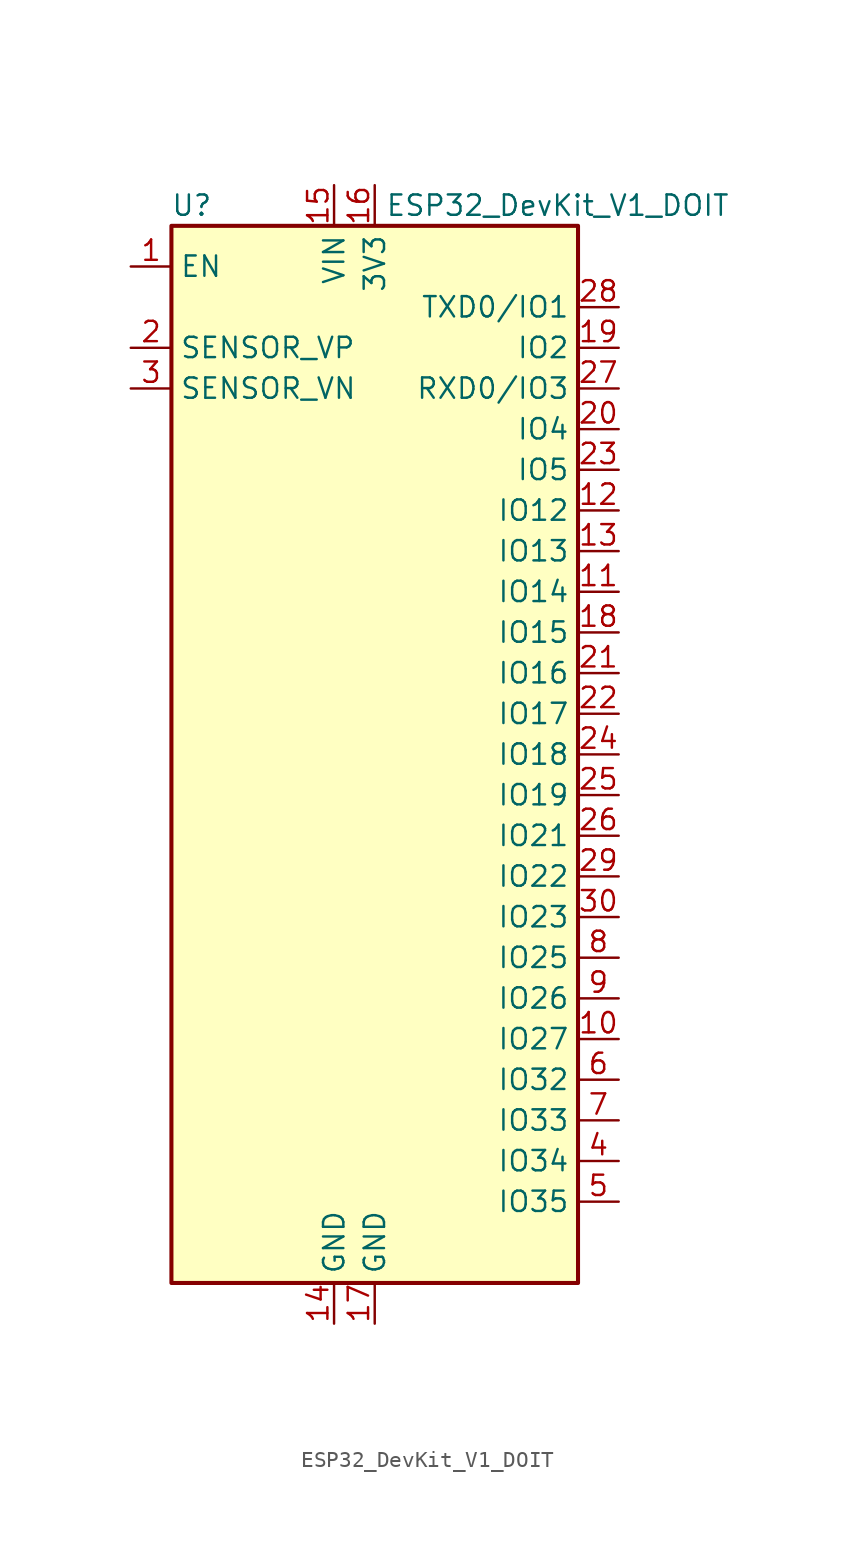
<source format=kicad_sym>
(kicad_symbol_lib
  (version 20211014)
  (generator kicad_symbol_editor)
  (symbol "ESP32_DevKit_V1_DOIT"
    (property "Reference" "U"
      (at -11.43 34.29 0)
      (effects (font (size 1.27 1.27))))
    (property "Value" "ESP32_DevKit_V1_DOIT"
      (at 11.43 34.29 0)
      (effects (font (size 1.27 1.27))))
    (symbol "ESP32_DevKit_V1_DOIT_1_1"
      (rectangle (start -12.7 33.02) (end 12.7 -33.02) (stroke (width 0.254) (type default) (color 0 0 0 0)) (fill (type background)))
      (pin input line (at -15.24 30.48 0) (length 2.54) (name "EN" (effects (font (size 1.27 1.27)))) (number "1" (effects (font (size 1.27 1.27)))))
      (pin bidirectional line (at 15.24 -17.78 180) (length 2.54) (name "IO27" (effects (font (size 1.27 1.27)))) (number "10" (effects (font (size 1.27 1.27)))))
      (pin bidirectional line (at 15.24 10.16 180) (length 2.54) (name "IO14" (effects (font (size 1.27 1.27)))) (number "11" (effects (font (size 1.27 1.27)))))
      (pin bidirectional line (at 15.24 15.24 180) (length 2.54) (name "IO12" (effects (font (size 1.27 1.27)))) (number "12" (effects (font (size 1.27 1.27)))))
      (pin bidirectional line (at 15.24 12.7 180) (length 2.54) (name "IO13" (effects (font (size 1.27 1.27)))) (number "13" (effects (font (size 1.27 1.27)))))
      (pin power_in line (at -2.54 -35.56 90) (length 2.54) (name "GND" (effects (font (size 1.27 1.27)))) (number "14" (effects (font (size 1.27 1.27)))))
      (pin power_in line (at -2.54 35.56 270) (length 2.54) (name "VIN" (effects (font (size 1.27 1.27)))) (number "15" (effects (font (size 1.27 1.27)))))
      (pin power_in line (at 0 35.56 270) (length 2.54) (name "3V3" (effects (font (size 1.27 1.27)))) (number "16" (effects (font (size 1.27 1.27)))))
      (pin power_in line (at 0 -35.56 90) (length 2.54) (name "GND" (effects (font (size 1.27 1.27)))) (number "17" (effects (font (size 1.27 1.27)))))
      (pin bidirectional line (at 15.24 7.62 180) (length 2.54) (name "IO15" (effects (font (size 1.27 1.27)))) (number "18" (effects (font (size 1.27 1.27)))))
      (pin bidirectional line (at 15.24 25.4 180) (length 2.54) (name "IO2" (effects (font (size 1.27 1.27)))) (number "19" (effects (font (size 1.27 1.27)))))
      (pin input line (at -15.24 25.4 0) (length 2.54) (name "SENSOR_VP" (effects (font (size 1.27 1.27)))) (number "2" (effects (font (size 1.27 1.27)))))
      (pin bidirectional line (at 15.24 20.32 180) (length 2.54) (name "IO4" (effects (font (size 1.27 1.27)))) (number "20" (effects (font (size 1.27 1.27)))))
      (pin bidirectional line (at 15.24 5.08 180) (length 2.54) (name "IO16" (effects (font (size 1.27 1.27)))) (number "21" (effects (font (size 1.27 1.27)))))
      (pin bidirectional line (at 15.24 2.54 180) (length 2.54) (name "IO17" (effects (font (size 1.27 1.27)))) (number "22" (effects (font (size 1.27 1.27)))))
      (pin bidirectional line (at 15.24 17.78 180) (length 2.54) (name "IO5" (effects (font (size 1.27 1.27)))) (number "23" (effects (font (size 1.27 1.27)))))
      (pin bidirectional line (at 15.24 0 180) (length 2.54) (name "IO18" (effects (font (size 1.27 1.27)))) (number "24" (effects (font (size 1.27 1.27)))))
      (pin bidirectional line (at 15.24 -2.54 180) (length 2.54) (name "IO19" (effects (font (size 1.27 1.27)))) (number "25" (effects (font (size 1.27 1.27)))))
      (pin bidirectional line (at 15.24 -5.08 180) (length 2.54) (name "IO21" (effects (font (size 1.27 1.27)))) (number "26" (effects (font (size 1.27 1.27)))))
      (pin bidirectional line (at 15.24 22.86 180) (length 2.54) (name "RXD0/IO3" (effects (font (size 1.27 1.27)))) (number "27" (effects (font (size 1.27 1.27)))))
      (pin bidirectional line (at 15.24 27.94 180) (length 2.54) (name "TXD0/IO1" (effects (font (size 1.27 1.27)))) (number "28" (effects (font (size 1.27 1.27)))))
      (pin bidirectional line (at 15.24 -7.62 180) (length 2.54) (name "IO22" (effects (font (size 1.27 1.27)))) (number "29" (effects (font (size 1.27 1.27)))))
      (pin input line (at -15.24 22.86 0) (length 2.54) (name "SENSOR_VN" (effects (font (size 1.27 1.27)))) (number "3" (effects (font (size 1.27 1.27)))))
      (pin bidirectional line (at 15.24 -10.16 180) (length 2.54) (name "IO23" (effects (font (size 1.27 1.27)))) (number "30" (effects (font (size 1.27 1.27)))))
      (pin input line (at 15.24 -25.4 180) (length 2.54) (name "IO34" (effects (font (size 1.27 1.27)))) (number "4" (effects (font (size 1.27 1.27)))))
      (pin input line (at 15.24 -27.94 180) (length 2.54) (name "IO35" (effects (font (size 1.27 1.27)))) (number "5" (effects (font (size 1.27 1.27)))))
      (pin bidirectional line (at 15.24 -20.32 180) (length 2.54) (name "IO32" (effects (font (size 1.27 1.27)))) (number "6" (effects (font (size 1.27 1.27)))))
      (pin bidirectional line (at 15.24 -22.86 180) (length 2.54) (name "IO33" (effects (font (size 1.27 1.27)))) (number "7" (effects (font (size 1.27 1.27)))))
      (pin bidirectional line (at 15.24 -12.7 180) (length 2.54) (name "IO25" (effects (font (size 1.27 1.27)))) (number "8" (effects (font (size 1.27 1.27)))))
      (pin bidirectional line (at 15.24 -15.24 180) (length 2.54) (name "IO26" (effects (font (size 1.27 1.27)))) (number "9" (effects (font (size 1.27 1.27))))))))
</source>
